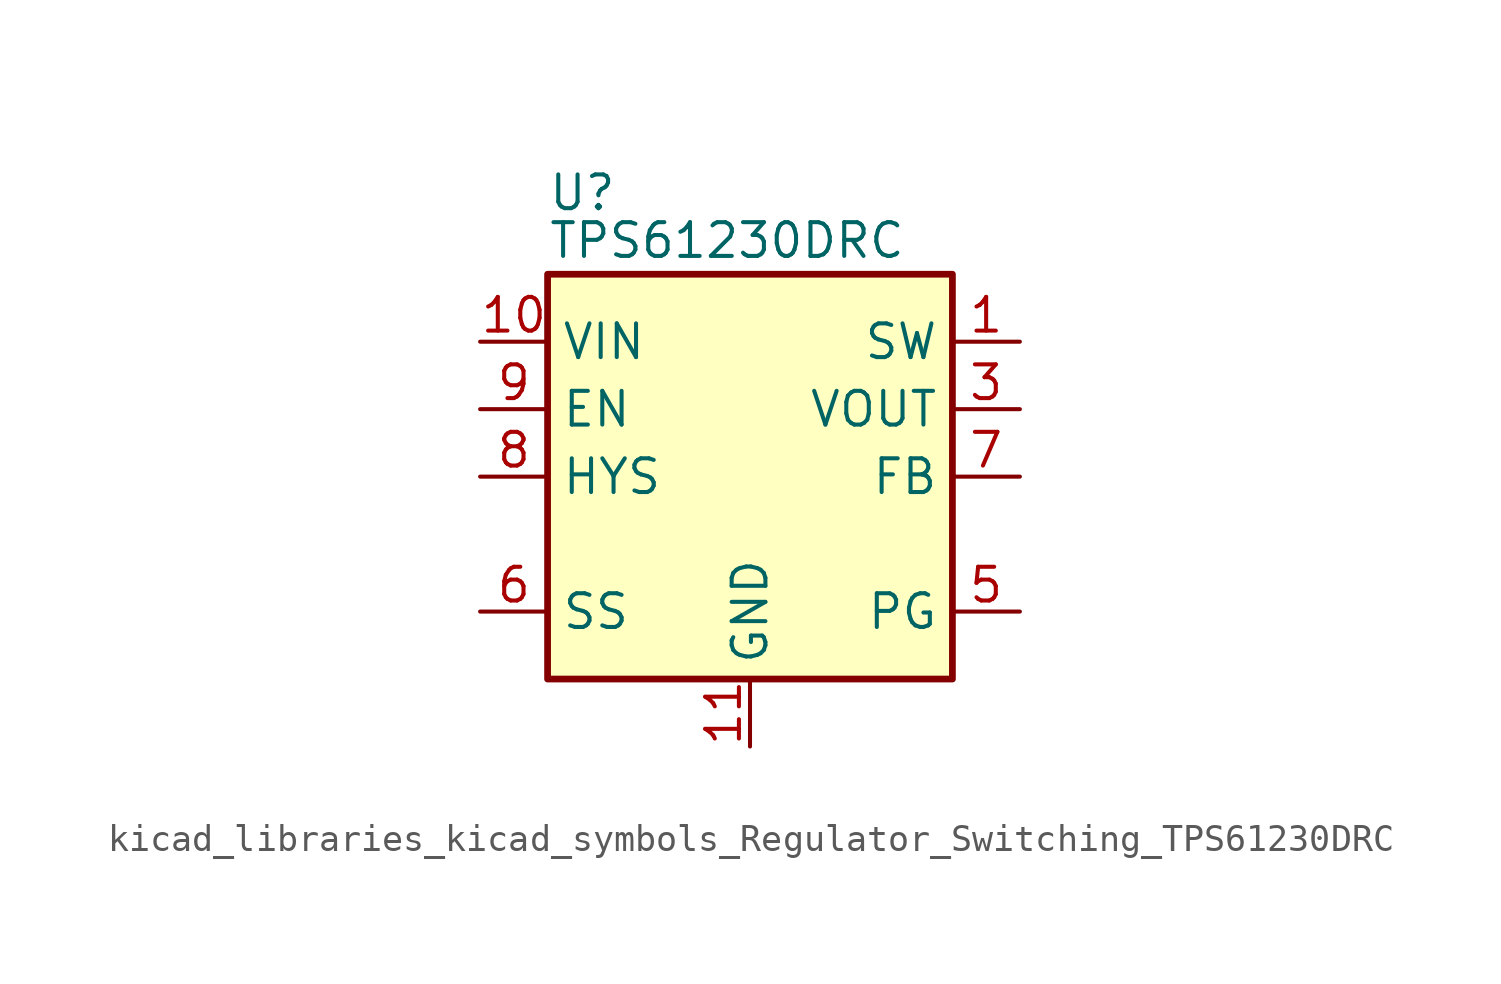
<source format=kicad_sym>
(kicad_symbol_lib
  (version 20220914)
  (generator kicad_symbol_editor)
  (symbol "kicad_libraries_kicad_symbols_Regulator_Switching_TPS61230DRC"
    (property "Reference" "U"
      (at -7.62 11.43 0)
      (effects (font (size 1.27 1.27)) (justify left top)))
    (property "Value" "TPS61230DRC"
      (at -7.62 8.89 0)
      (effects (font (size 1.27 1.27)) (justify left)))
    (symbol "kicad_libraries_kicad_symbols_Regulator_Switching_TPS61230DRC_0_1"
      (rectangle (start -7.62 7.62) (end 7.62 -7.62) (stroke (width 0.254) (type default)) (fill (type background))))
    (symbol "kicad_libraries_kicad_symbols_Regulator_Switching_TPS61230DRC_1_1"
      (pin power_out line (at 10.16 5.08 180) (length 2.54) (name "SW" (effects (font (size 1.27 1.27)))) (number "1" (effects (font (size 1.27 1.27)))))
      (pin power_in line (at -10.16 5.08 0) (length 2.54) (name "VIN" (effects (font (size 1.27 1.27)))) (number "10" (effects (font (size 1.27 1.27)))))
      (pin power_in line (at 0 -10.16 90) (length 2.54) (name "GND" (effects (font (size 1.27 1.27)))) (number "11" (effects (font (size 1.27 1.27)))))
      (pin passive line (at 10.16 5.08 180) (length 2.54) hide (name "SW" (effects (font (size 1.27 1.27)))) (number "2" (effects (font (size 1.27 1.27)))))
      (pin power_out line (at 10.16 2.54 180) (length 2.54) (name "VOUT" (effects (font (size 1.27 1.27)))) (number "3" (effects (font (size 1.27 1.27)))))
      (pin passive line (at 10.16 2.54 180) (length 2.54) hide (name "VOUT" (effects (font (size 1.27 1.27)))) (number "4" (effects (font (size 1.27 1.27)))))
      (pin output line (at 10.16 -5.08 180) (length 2.54) (name "PG" (effects (font (size 1.27 1.27)))) (number "5" (effects (font (size 1.27 1.27)))))
      (pin input line (at -10.16 -5.08 0) (length 2.54) (name "SS" (effects (font (size 1.27 1.27)))) (number "6" (effects (font (size 1.27 1.27)))))
      (pin input line (at 10.16 0 180) (length 2.54) (name "FB" (effects (font (size 1.27 1.27)))) (number "7" (effects (font (size 1.27 1.27)))))
      (pin output line (at -10.16 0 0) (length 2.54) (name "HYS" (effects (font (size 1.27 1.27)))) (number "8" (effects (font (size 1.27 1.27)))))
      (pin input line (at -10.16 2.54 0) (length 2.54) (name "EN" (effects (font (size 1.27 1.27)))) (number "9" (effects (font (size 1.27 1.27))))))))
</source>
